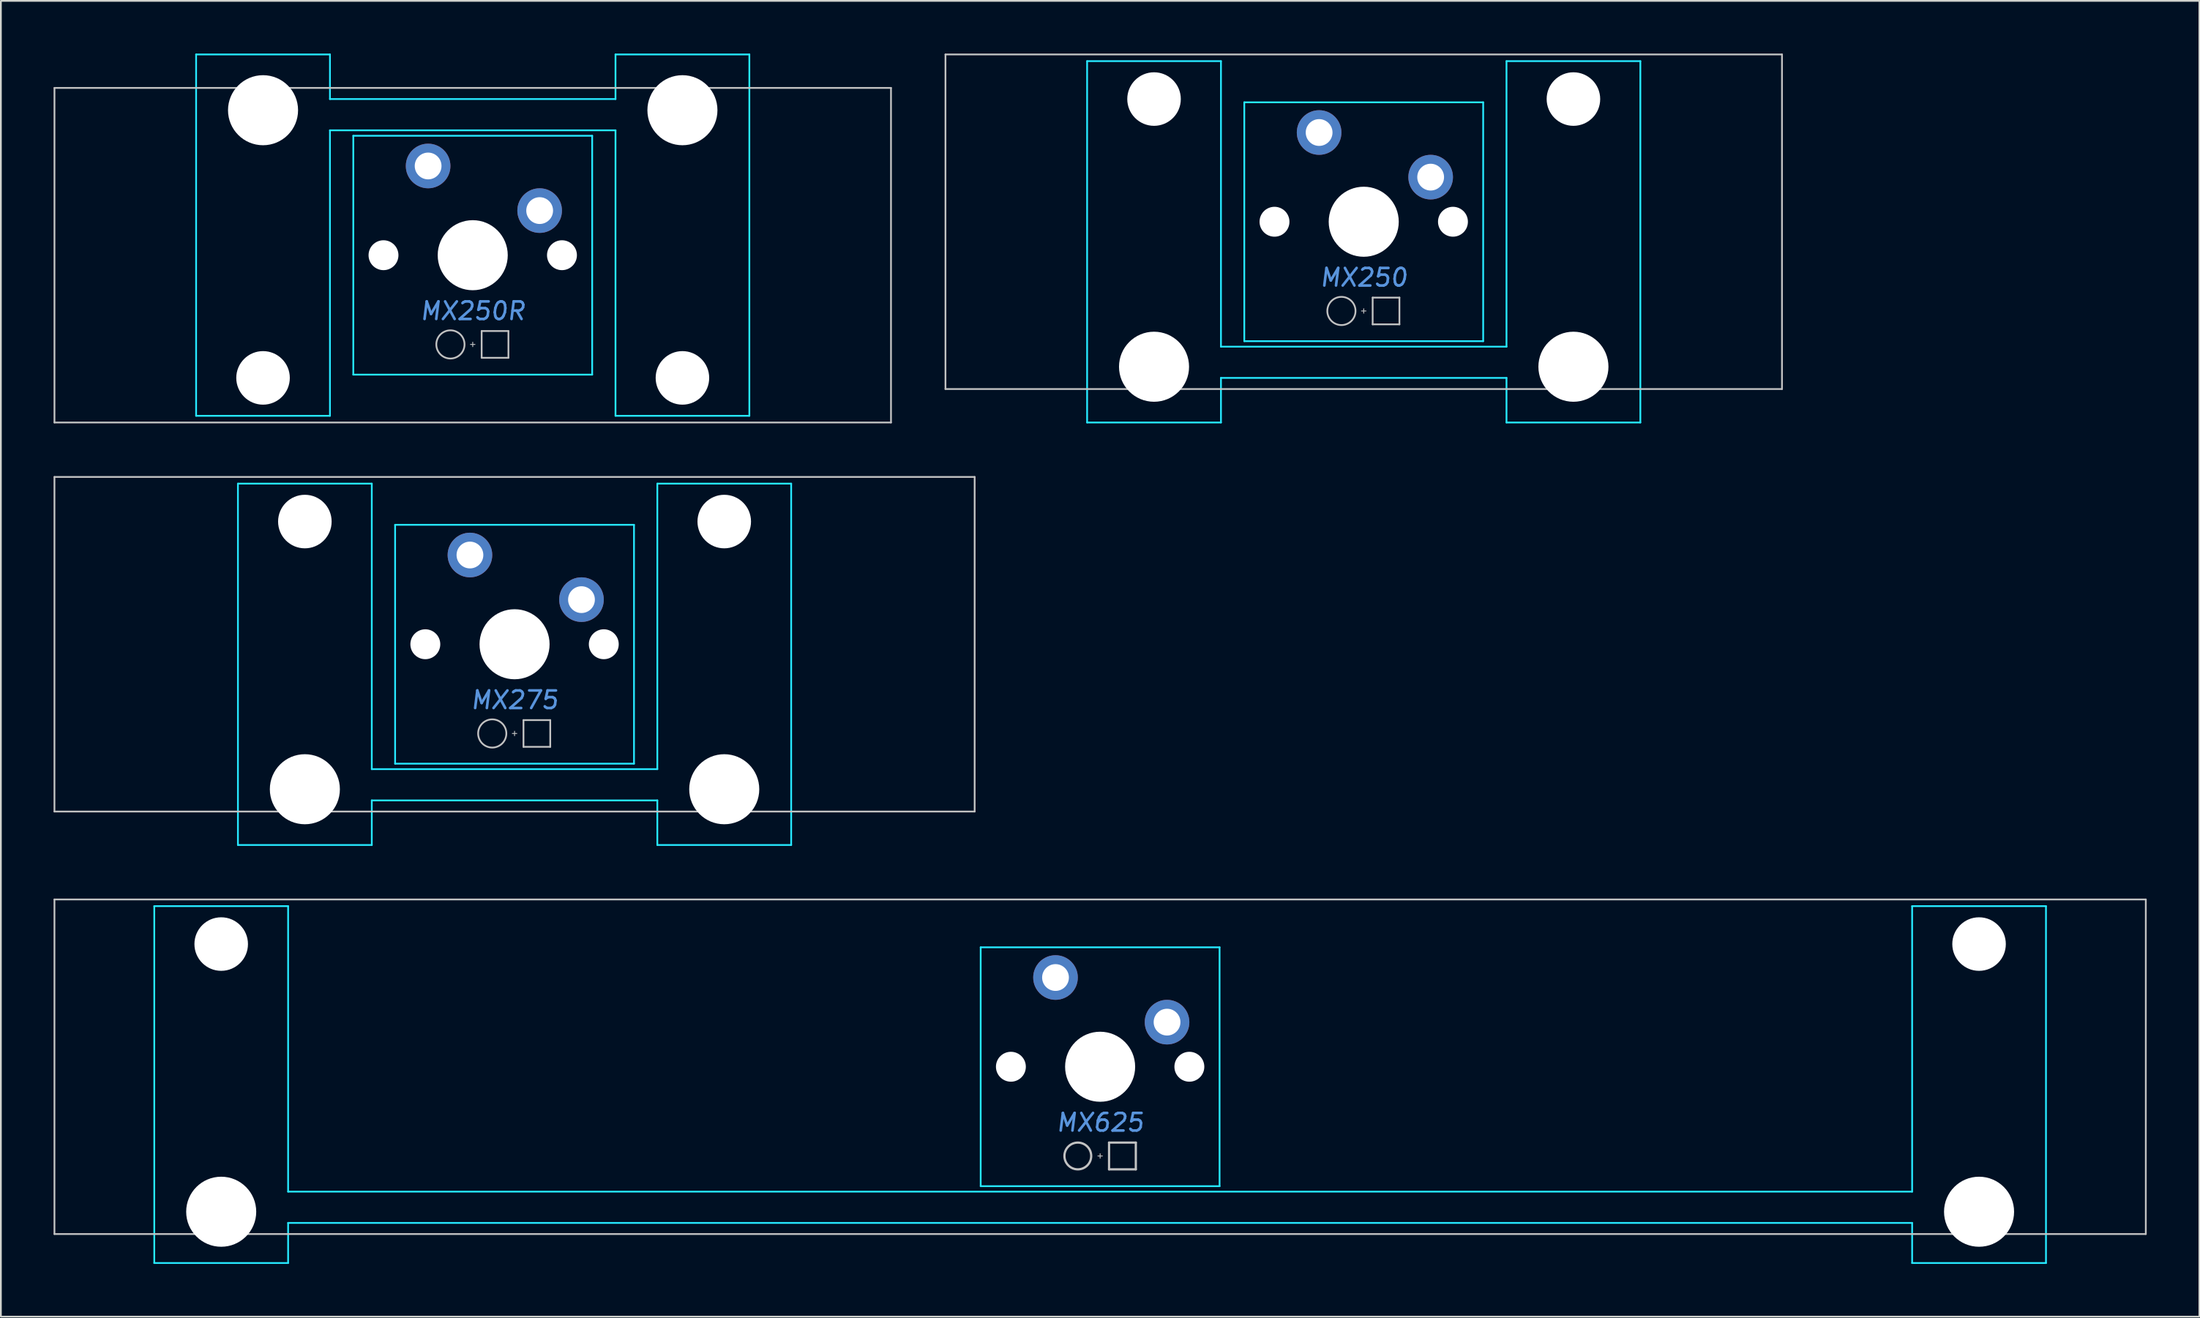
<source format=kicad_pcb>
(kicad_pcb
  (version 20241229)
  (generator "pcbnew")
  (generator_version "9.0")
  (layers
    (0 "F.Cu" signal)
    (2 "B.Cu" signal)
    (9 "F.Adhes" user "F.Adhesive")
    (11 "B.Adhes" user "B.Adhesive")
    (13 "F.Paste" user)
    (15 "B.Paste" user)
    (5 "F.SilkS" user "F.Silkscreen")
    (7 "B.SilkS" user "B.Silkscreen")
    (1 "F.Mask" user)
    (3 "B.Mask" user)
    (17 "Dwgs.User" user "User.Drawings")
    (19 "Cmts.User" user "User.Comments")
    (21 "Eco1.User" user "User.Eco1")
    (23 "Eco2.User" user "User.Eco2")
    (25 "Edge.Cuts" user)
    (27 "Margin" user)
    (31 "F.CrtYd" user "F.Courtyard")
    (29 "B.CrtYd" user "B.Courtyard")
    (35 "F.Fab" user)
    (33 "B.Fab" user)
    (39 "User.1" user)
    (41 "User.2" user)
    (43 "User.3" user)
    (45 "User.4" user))
  (footprint "MX250R"
    (layer "F.Cu")
    (at 23.863 11.48)
    (property "Reference" "MX250R" (at 0 3.175 0) (layer "Cmts.User") (effects (font (size 1 1) (thickness 0.15) (italic yes))))
    (attr through_hole)
    (fp_line (start -23.812 -9.525) (end -23.812 9.525) (stroke (width 0.1) (type solid)) (layer "Dwgs.User"))
    (fp_line (start -23.812 -9.525) (end 23.812 -9.525) (stroke (width 0.1) (type solid)) (layer "Dwgs.User"))
    (fp_line (start -23.812 9.525) (end 23.812 9.525) (stroke (width 0.1) (type solid)) (layer "Dwgs.User"))
    (fp_line (start -0.127 5.08) (end 0.127 5.08) (stroke (width 0.05) (type solid)) (layer "Dwgs.User"))
    (fp_line (start 0 5.207) (end 0 4.953) (stroke (width 0.05) (type solid)) (layer "Dwgs.User"))
    (fp_line (start 0.508 4.318) (end 0.508 5.842) (stroke (width 0.1) (type solid)) (layer "Dwgs.User"))
    (fp_line (start 0.508 4.318) (end 2.032 4.318) (stroke (width 0.1) (type solid)) (layer "Dwgs.User"))
    (fp_line (start 0.508 5.842) (end 2.032 5.842) (stroke (width 0.1) (type solid)) (layer "Dwgs.User"))
    (fp_line (start 2.032 5.842) (end 2.032 4.318) (stroke (width 0.1) (type solid)) (layer "Dwgs.User"))
    (fp_line (start 23.812 -9.525) (end 23.812 9.525) (stroke (width 0.1) (type solid)) (layer "Dwgs.User"))
    (fp_circle (center -1.27 5.08) (end -0.467 5.08) (stroke (width 0.1) (type solid)) (fill no) (layer "Dwgs.User"))
    (fp_line (start -15.748 -11.43) (end -8.128 -11.43) (stroke (width 0.1) (type solid)) (layer "B.CrtYd"))
    (fp_line (start -15.748 9.144) (end -15.748 -11.43) (stroke (width 0.1) (type solid)) (layer "B.CrtYd"))
    (fp_line (start -8.128 -11.43) (end -8.128 -8.89) (stroke (width 0.1) (type solid)) (layer "B.CrtYd"))
    (fp_line (start -8.128 9.144) (end -15.748 9.144) (stroke (width 0.1) (type solid)) (layer "B.CrtYd"))
    (fp_line (start -8.128 9.144) (end -8.128 -7.112) (stroke (width 0.1) (type solid)) (layer "B.CrtYd"))
    (fp_line (start -6.8 6.8) (end -6.8 -6.8) (stroke (width 0.1) (type solid)) (layer "B.CrtYd"))
    (fp_line (start 6.8 -6.8) (end -6.8 -6.8) (stroke (width 0.1) (type solid)) (layer "B.CrtYd"))
    (fp_line (start 6.8 6.8) (end -6.8 6.8) (stroke (width 0.1) (type solid)) (layer "B.CrtYd"))
    (fp_line (start 6.8 6.8) (end 6.8 -6.8) (stroke (width 0.1) (type solid)) (layer "B.CrtYd"))
    (fp_line (start 8.128 -11.43) (end 8.128 -8.89) (stroke (width 0.1) (type solid)) (layer "B.CrtYd"))
    (fp_line (start 8.128 -11.43) (end 15.748 -11.43) (stroke (width 0.1) (type solid)) (layer "B.CrtYd"))
    (fp_line (start 8.128 -8.89) (end -8.128 -8.89) (stroke (width 0.1) (type solid)) (layer "B.CrtYd"))
    (fp_line (start 8.128 -7.112) (end -8.128 -7.112) (stroke (width 0.1) (type solid)) (layer "B.CrtYd"))
    (fp_line (start 8.128 9.144) (end 8.128 -7.112) (stroke (width 0.1) (type solid)) (layer "B.CrtYd"))
    (fp_line (start 15.748 -11.43) (end 15.748 9.144) (stroke (width 0.1) (type solid)) (layer "B.CrtYd"))
    (fp_line (start 15.748 9.144) (end 8.128 9.144) (stroke (width 0.1) (type solid)) (layer "B.CrtYd"))
    (pad "" np_thru_hole circle (at -11.938 -8.255 180) (size 3.988 3.988) (drill 3.988) (layers "*.Cu" "*.Mask"))
    (pad "" np_thru_hole circle (at -11.938 6.985 180) (size 3.048 3.048) (drill 3.048) (layers "*.Cu" "*.Mask"))
    (pad "" np_thru_hole circle (at -5.08 0) (size 1.702 1.702) (drill 1.702) (layers "*.Cu" "*.Mask"))
    (pad "" connect circle (at -2.54 -5.08) (size 1.524 1.524) (layers "B.Mask"))
    (pad "" np_thru_hole circle (at 0 0) (size 3.988 3.988) (drill 3.988) (layers "*.Cu" "*.Mask"))
    (pad "" connect circle (at 3.81 -2.54) (size 1.524 1.524) (layers "B.Mask"))
    (pad "" np_thru_hole circle (at 5.08 0) (size 1.702 1.702) (drill 1.702) (layers "*.Cu" "*.Mask"))
    (pad "" np_thru_hole circle (at 11.938 -8.255 180) (size 3.988 3.988) (drill 3.988) (layers "*.Cu" "*.Mask"))
    (pad "" np_thru_hole circle (at 11.938 6.985 180) (size 3.048 3.048) (drill 3.048) (layers "*.Cu" "*.Mask"))
    (pad "1" thru_hole circle (at -2.54 -5.08) (size 2.54 2.54) (drill 1.524) (layers "*.Cu" "F.Mask"))
    (pad "2" thru_hole circle (at 3.81 -2.54) (size 2.54 2.54) (drill 1.524) (layers "*.Cu" "F.Mask")))
  (footprint "MX250"
    (layer "F.Cu")
    (at 74.588 9.575)
    (property "Reference" "MX250" (at 0 3.175 0) (layer "Cmts.User") (effects (font (size 1 1) (thickness 0.15) (italic yes))))
    (attr through_hole)
    (fp_line (start -23.812 -9.525) (end -23.812 9.525) (stroke (width 0.1) (type solid)) (layer "Dwgs.User"))
    (fp_line (start -23.812 -9.525) (end 23.812 -9.525) (stroke (width 0.1) (type solid)) (layer "Dwgs.User"))
    (fp_line (start -23.812 9.525) (end 23.812 9.525) (stroke (width 0.1) (type solid)) (layer "Dwgs.User"))
    (fp_line (start -0.127 5.08) (end 0.127 5.08) (stroke (width 0.05) (type solid)) (layer "Dwgs.User"))
    (fp_line (start 0 5.207) (end 0 4.953) (stroke (width 0.05) (type solid)) (layer "Dwgs.User"))
    (fp_line (start 0.508 4.318) (end 0.508 5.842) (stroke (width 0.1) (type solid)) (layer "Dwgs.User"))
    (fp_line (start 0.508 4.318) (end 2.032 4.318) (stroke (width 0.1) (type solid)) (layer "Dwgs.User"))
    (fp_line (start 0.508 5.842) (end 2.032 5.842) (stroke (width 0.1) (type solid)) (layer "Dwgs.User"))
    (fp_line (start 2.032 5.842) (end 2.032 4.318) (stroke (width 0.1) (type solid)) (layer "Dwgs.User"))
    (fp_line (start 23.812 -9.525) (end 23.812 9.525) (stroke (width 0.1) (type solid)) (layer "Dwgs.User"))
    (fp_circle (center -1.27 5.08) (end -0.467 5.08) (stroke (width 0.1) (type solid)) (fill no) (layer "Dwgs.User"))
    (fp_line (start -15.748 -9.144) (end -8.128 -9.144) (stroke (width 0.1) (type solid)) (layer "B.CrtYd"))
    (fp_line (start -15.748 11.43) (end -15.748 -9.144) (stroke (width 0.1) (type solid)) (layer "B.CrtYd"))
    (fp_line (start -8.128 -9.144) (end -8.128 7.112) (stroke (width 0.1) (type solid)) (layer "B.CrtYd"))
    (fp_line (start -8.128 7.112) (end 8.128 7.112) (stroke (width 0.1) (type solid)) (layer "B.CrtYd"))
    (fp_line (start -8.128 8.89) (end 8.128 8.89) (stroke (width 0.1) (type solid)) (layer "B.CrtYd"))
    (fp_line (start -8.128 11.43) (end -15.748 11.43) (stroke (width 0.1) (type solid)) (layer "B.CrtYd"))
    (fp_line (start -8.128 11.43) (end -8.128 8.89) (stroke (width 0.1) (type solid)) (layer "B.CrtYd"))
    (fp_line (start -6.8 6.8) (end -6.8 -6.8) (stroke (width 0.1) (type solid)) (layer "B.CrtYd"))
    (fp_line (start 6.8 -6.8) (end -6.8 -6.8) (stroke (width 0.1) (type solid)) (layer "B.CrtYd"))
    (fp_line (start 6.8 6.8) (end -6.8 6.8) (stroke (width 0.1) (type solid)) (layer "B.CrtYd"))
    (fp_line (start 6.8 6.8) (end 6.8 -6.8) (stroke (width 0.1) (type solid)) (layer "B.CrtYd"))
    (fp_line (start 8.128 -9.144) (end 8.128 7.112) (stroke (width 0.1) (type solid)) (layer "B.CrtYd"))
    (fp_line (start 8.128 -9.144) (end 15.748 -9.144) (stroke (width 0.1) (type solid)) (layer "B.CrtYd"))
    (fp_line (start 8.128 11.43) (end 8.128 8.89) (stroke (width 0.1) (type solid)) (layer "B.CrtYd"))
    (fp_line (start 15.748 -9.144) (end 15.748 11.43) (stroke (width 0.1) (type solid)) (layer "B.CrtYd"))
    (fp_line (start 15.748 11.43) (end 8.128 11.43) (stroke (width 0.1) (type solid)) (layer "B.CrtYd"))
    (pad "" np_thru_hole circle (at -11.938 -6.985) (size 3.048 3.048) (drill 3.048) (layers "*.Cu" "*.Mask"))
    (pad "" np_thru_hole circle (at -11.938 8.255) (size 3.988 3.988) (drill 3.988) (layers "*.Cu" "*.Mask"))
    (pad "" np_thru_hole circle (at -5.08 0) (size 1.702 1.702) (drill 1.702) (layers "*.Cu" "*.Mask"))
    (pad "" connect circle (at -2.54 -5.08) (size 1.524 1.524) (layers "B.Mask"))
    (pad "" np_thru_hole circle (at 0 0) (size 3.988 3.988) (drill 3.988) (layers "*.Cu" "*.Mask"))
    (pad "" connect circle (at 3.81 -2.54) (size 1.524 1.524) (layers "B.Mask"))
    (pad "" np_thru_hole circle (at 5.08 0) (size 1.702 1.702) (drill 1.702) (layers "*.Cu" "*.Mask"))
    (pad "" np_thru_hole circle (at 11.938 -6.985) (size 3.048 3.048) (drill 3.048) (layers "*.Cu" "*.Mask"))
    (pad "" np_thru_hole circle (at 11.938 8.255) (size 3.988 3.988) (drill 3.988) (layers "*.Cu" "*.Mask"))
    (pad "1" thru_hole circle (at -2.54 -5.08) (size 2.54 2.54) (drill 1.524) (layers "*.Cu" "F.Mask"))
    (pad "2" thru_hole circle (at 3.81 -2.54) (size 2.54 2.54) (drill 1.524) (layers "*.Cu" "F.Mask")))
  (footprint "MX275"
    (layer "F.Cu")
    (at 26.244 33.63)
    (property "Reference" "MX275" (at 0 3.175 0) (layer "Cmts.User") (effects (font (size 1 1) (thickness 0.15) (italic yes))))
    (attr through_hole)
    (fp_line (start -26.194 -9.525) (end -26.194 9.525) (stroke (width 0.1) (type solid)) (layer "Dwgs.User"))
    (fp_line (start -26.194 -9.525) (end 26.194 -9.525) (stroke (width 0.1) (type solid)) (layer "Dwgs.User"))
    (fp_line (start -26.194 9.525) (end 26.194 9.525) (stroke (width 0.1) (type solid)) (layer "Dwgs.User"))
    (fp_line (start -0.127 5.08) (end 0.127 5.08) (stroke (width 0.05) (type solid)) (layer "Dwgs.User"))
    (fp_line (start 0 5.207) (end 0 4.953) (stroke (width 0.05) (type solid)) (layer "Dwgs.User"))
    (fp_line (start 0.508 4.318) (end 0.508 5.842) (stroke (width 0.1) (type solid)) (layer "Dwgs.User"))
    (fp_line (start 0.508 4.318) (end 2.032 4.318) (stroke (width 0.1) (type solid)) (layer "Dwgs.User"))
    (fp_line (start 0.508 5.842) (end 2.032 5.842) (stroke (width 0.1) (type solid)) (layer "Dwgs.User"))
    (fp_line (start 2.032 5.842) (end 2.032 4.318) (stroke (width 0.1) (type solid)) (layer "Dwgs.User"))
    (fp_line (start 26.194 -9.525) (end 26.194 9.525) (stroke (width 0.1) (type solid)) (layer "Dwgs.User"))
    (fp_circle (center -1.27 5.08) (end -0.467 5.08) (stroke (width 0.1) (type solid)) (fill no) (layer "Dwgs.User"))
    (fp_line (start -15.748 -9.144) (end -8.128 -9.144) (stroke (width 0.1) (type solid)) (layer "B.CrtYd"))
    (fp_line (start -15.748 11.43) (end -15.748 -9.144) (stroke (width 0.1) (type solid)) (layer "B.CrtYd"))
    (fp_line (start -8.128 -9.144) (end -8.128 7.112) (stroke (width 0.1) (type solid)) (layer "B.CrtYd"))
    (fp_line (start -8.128 7.112) (end 8.128 7.112) (stroke (width 0.1) (type solid)) (layer "B.CrtYd"))
    (fp_line (start -8.128 8.89) (end 8.128 8.89) (stroke (width 0.1) (type solid)) (layer "B.CrtYd"))
    (fp_line (start -8.128 11.43) (end -15.748 11.43) (stroke (width 0.1) (type solid)) (layer "B.CrtYd"))
    (fp_line (start -8.128 11.43) (end -8.128 8.89) (stroke (width 0.1) (type solid)) (layer "B.CrtYd"))
    (fp_line (start -6.8 6.8) (end -6.8 -6.8) (stroke (width 0.1) (type solid)) (layer "B.CrtYd"))
    (fp_line (start 6.8 -6.8) (end -6.8 -6.8) (stroke (width 0.1) (type solid)) (layer "B.CrtYd"))
    (fp_line (start 6.8 6.8) (end -6.8 6.8) (stroke (width 0.1) (type solid)) (layer "B.CrtYd"))
    (fp_line (start 6.8 6.8) (end 6.8 -6.8) (stroke (width 0.1) (type solid)) (layer "B.CrtYd"))
    (fp_line (start 8.128 -9.144) (end 8.128 7.112) (stroke (width 0.1) (type solid)) (layer "B.CrtYd"))
    (fp_line (start 8.128 -9.144) (end 15.748 -9.144) (stroke (width 0.1) (type solid)) (layer "B.CrtYd"))
    (fp_line (start 8.128 11.43) (end 8.128 8.89) (stroke (width 0.1) (type solid)) (layer "B.CrtYd"))
    (fp_line (start 15.748 -9.144) (end 15.748 11.43) (stroke (width 0.1) (type solid)) (layer "B.CrtYd"))
    (fp_line (start 15.748 11.43) (end 8.128 11.43) (stroke (width 0.1) (type solid)) (layer "B.CrtYd"))
    (pad "" np_thru_hole circle (at -11.938 -6.985) (size 3.048 3.048) (drill 3.048) (layers "*.Cu" "*.Mask"))
    (pad "" np_thru_hole circle (at -11.938 8.255) (size 3.988 3.988) (drill 3.988) (layers "*.Cu" "*.Mask"))
    (pad "" np_thru_hole circle (at -5.08 0) (size 1.702 1.702) (drill 1.702) (layers "*.Cu" "*.Mask"))
    (pad "" connect circle (at -2.54 -5.08) (size 1.524 1.524) (layers "B.Mask"))
    (pad "" np_thru_hole circle (at 0 0) (size 3.988 3.988) (drill 3.988) (layers "*.Cu" "*.Mask"))
    (pad "" connect circle (at 3.81 -2.54) (size 1.524 1.524) (layers "B.Mask"))
    (pad "" np_thru_hole circle (at 5.08 0) (size 1.702 1.702) (drill 1.702) (layers "*.Cu" "*.Mask"))
    (pad "" np_thru_hole circle (at 11.938 -6.985) (size 3.048 3.048) (drill 3.048) (layers "*.Cu" "*.Mask"))
    (pad "" np_thru_hole circle (at 11.938 8.255) (size 3.988 3.988) (drill 3.988) (layers "*.Cu" "*.Mask"))
    (pad "1" thru_hole circle (at -2.54 -5.08) (size 2.54 2.54) (drill 1.524) (layers "*.Cu" "F.Mask"))
    (pad "2" thru_hole circle (at 3.81 -2.54) (size 2.54 2.54) (drill 1.524) (layers "*.Cu" "F.Mask")))
  (footprint "MX625"
    (layer "F.Cu")
    (at 59.581 57.685)
    (property "Reference" "MX625" (at 0 3.175 0) (layer "Cmts.User") (effects (font (size 1 1) (thickness 0.15) (italic yes))))
    (attr through_hole)
    (fp_line (start -59.531 -9.525) (end -59.531 9.525) (stroke (width 0.1) (type solid)) (layer "Dwgs.User"))
    (fp_line (start -59.531 -9.525) (end 59.531 -9.525) (stroke (width 0.1) (type solid)) (layer "Dwgs.User"))
    (fp_line (start -59.531 9.525) (end 59.531 9.525) (stroke (width 0.1) (type solid)) (layer "Dwgs.User"))
    (fp_line (start -0.127 5.08) (end 0.127 5.08) (stroke (width 0.051) (type solid)) (layer "Dwgs.User"))
    (fp_line (start 0 5.207) (end 0 4.953) (stroke (width 0.051) (type solid)) (layer "Dwgs.User"))
    (fp_line (start 0.508 4.318) (end 0.508 5.842) (stroke (width 0.127) (type solid)) (layer "Dwgs.User"))
    (fp_line (start 0.508 4.318) (end 2.032 4.318) (stroke (width 0.127) (type solid)) (layer "Dwgs.User"))
    (fp_line (start 0.508 5.842) (end 2.032 5.842) (stroke (width 0.127) (type solid)) (layer "Dwgs.User"))
    (fp_line (start 2.032 5.842) (end 2.032 4.318) (stroke (width 0.127) (type solid)) (layer "Dwgs.User"))
    (fp_line (start 59.531 -9.525) (end 59.531 9.525) (stroke (width 0.1) (type solid)) (layer "Dwgs.User"))
    (fp_circle (center -1.27 5.08) (end -0.508 5.08) (stroke (width 0.127) (type solid)) (fill no) (layer "Dwgs.User"))
    (fp_line (start -53.848 -9.144) (end -53.848 11.176) (stroke (width 0.1) (type solid)) (layer "B.CrtYd"))
    (fp_line (start -53.848 -9.144) (end -46.228 -9.144) (stroke (width 0.1) (type solid)) (layer "B.CrtYd"))
    (fp_line (start -53.848 11.176) (end -46.228 11.176) (stroke (width 0.1) (type solid)) (layer "B.CrtYd"))
    (fp_line (start -46.228 7.112) (end -46.228 -9.144) (stroke (width 0.1) (type solid)) (layer "B.CrtYd"))
    (fp_line (start -46.228 7.112) (end 46.228 7.112) (stroke (width 0.1) (type solid)) (layer "B.CrtYd"))
    (fp_line (start -46.228 8.89) (end -46.228 11.176) (stroke (width 0.1) (type solid)) (layer "B.CrtYd"))
    (fp_line (start -46.228 8.89) (end 46.228 8.89) (stroke (width 0.1) (type solid)) (layer "B.CrtYd"))
    (fp_line (start -6.8 -6.8) (end -6.8 6.8) (stroke (width 0.1) (type solid)) (layer "B.CrtYd"))
    (fp_line (start -6.8 -6.8) (end 6.8 -6.8) (stroke (width 0.1) (type solid)) (layer "B.CrtYd"))
    (fp_line (start -6.8 6.8) (end 6.8 6.8) (stroke (width 0.1) (type solid)) (layer "B.CrtYd"))
    (fp_line (start 6.8 6.8) (end 6.8 -6.8) (stroke (width 0.1) (type solid)) (layer "B.CrtYd"))
    (fp_line (start 46.228 -9.144) (end 53.848 -9.144) (stroke (width 0.1) (type solid)) (layer "B.CrtYd"))
    (fp_line (start 46.228 7.112) (end 46.228 -9.144) (stroke (width 0.1) (type solid)) (layer "B.CrtYd"))
    (fp_line (start 46.228 8.89) (end 46.228 11.176) (stroke (width 0.1) (type solid)) (layer "B.CrtYd"))
    (fp_line (start 46.228 11.176) (end 53.848 11.176) (stroke (width 0.1) (type solid)) (layer "B.CrtYd"))
    (fp_line (start 53.848 -9.144) (end 53.848 11.176) (stroke (width 0.1) (type solid)) (layer "B.CrtYd"))
    (pad "" np_thru_hole circle (at -50.038 -6.985 180) (size 3.048 3.048) (drill 3.048) (layers "*.Cu" "*.Mask"))
    (pad "" np_thru_hole circle (at -50.038 8.255 180) (size 3.988 3.988) (drill 3.988) (layers "*.Cu" "*.Mask"))
    (pad "" np_thru_hole circle (at -5.08 0) (size 1.702 1.702) (drill 1.702) (layers "*.Cu" "*.Mask"))
    (pad "" connect circle (at -2.54 -5.08) (size 1.524 1.524) (layers "B.Mask"))
    (pad "" np_thru_hole circle (at 0 0) (size 3.988 3.988) (drill 3.988) (layers "*.Cu" "*.Mask"))
    (pad "" connect circle (at 3.81 -2.54) (size 1.524 1.524) (layers "B.Mask"))
    (pad "" np_thru_hole circle (at 5.08 0) (size 1.702 1.702) (drill 1.702) (layers "*.Cu" "*.Mask"))
    (pad "" np_thru_hole circle (at 50.038 -6.985 180) (size 3.048 3.048) (drill 3.048) (layers "*.Cu" "*.Mask"))
    (pad "" np_thru_hole circle (at 50.038 8.255 180) (size 3.988 3.988) (drill 3.988) (layers "*.Cu" "*.Mask"))
    (pad "1" thru_hole circle (at -2.54 -5.08) (size 2.54 2.54) (drill 1.524) (layers "*.Cu" "F.Mask"))
    (pad "2" thru_hole circle (at 3.81 -2.54) (size 2.54 2.54) (drill 1.524) (layers "*.Cu" "F.Mask")))
  (gr_rect
    (start -3 -3)
    (end 122.162 71.911)
    (stroke (width 0.1) (type default))
    (fill no)
    (layer "Edge.Cuts")))
</source>
